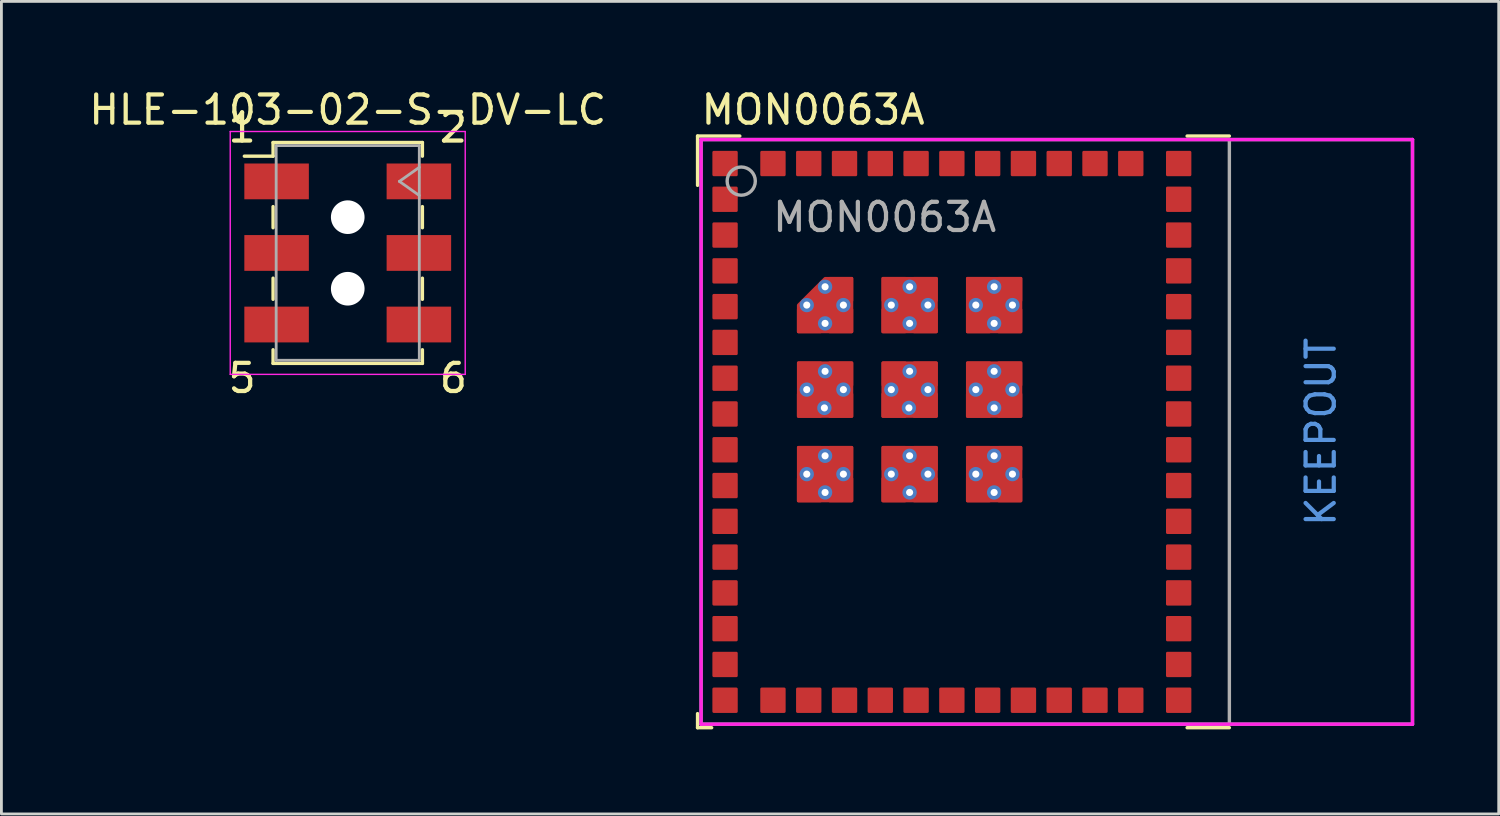
<source format=kicad_pcb>
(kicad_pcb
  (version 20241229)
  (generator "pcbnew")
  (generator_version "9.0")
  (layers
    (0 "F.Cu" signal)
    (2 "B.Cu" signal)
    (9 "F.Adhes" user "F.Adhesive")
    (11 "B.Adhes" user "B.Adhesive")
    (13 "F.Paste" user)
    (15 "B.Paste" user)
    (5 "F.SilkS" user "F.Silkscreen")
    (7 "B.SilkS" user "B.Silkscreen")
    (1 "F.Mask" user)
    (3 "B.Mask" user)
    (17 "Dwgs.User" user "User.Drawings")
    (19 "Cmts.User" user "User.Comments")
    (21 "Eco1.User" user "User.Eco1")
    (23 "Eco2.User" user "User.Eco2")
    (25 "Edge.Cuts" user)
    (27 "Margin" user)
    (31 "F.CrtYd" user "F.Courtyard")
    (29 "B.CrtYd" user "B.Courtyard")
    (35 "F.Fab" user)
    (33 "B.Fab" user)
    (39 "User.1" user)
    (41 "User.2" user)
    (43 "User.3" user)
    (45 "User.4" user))
  (footprint "MON0063A"
    (layer "F.Cu")
    (at 21.833 1.903)
    (property "Reference" "MON0063A" (at -0.075 -1.055 0) (layer "F.SilkS") (effects (font (size 1 1) (thickness 0.15)) (justify left)))
    (attr smd)
    (fp_line (start -0.125 -0.125) (end 1.375 -0.125) (stroke (width 0.12) (type solid)) (layer "F.SilkS"))
    (fp_line (start -0.125 1.625) (end -0.125 -0.125) (stroke (width 0.12) (type solid)) (layer "F.SilkS"))
    (fp_line (start -0.125 20.875) (end -0.125 20.375) (stroke (width 0.12) (type solid)) (layer "F.SilkS"))
    (fp_line (start -0.125 20.875) (end 0.375 20.875) (stroke (width 0.12) (type solid)) (layer "F.SilkS"))
    (fp_line (start 18.75 -0.125) (end 17.25 -0.125) (stroke (width 0.12) (type solid)) (layer "F.SilkS"))
    (fp_line (start 18.75 20.875) (end 17.25 20.875) (stroke (width 0.12) (type solid)) (layer "F.SilkS"))
    (fp_line (start 0 0) (end 25.25 0) (stroke (width 0.12) (type solid)) (layer "F.CrtYd"))
    (fp_line (start 0 20.75) (end 0 0) (stroke (width 0.12) (type solid)) (layer "F.CrtYd"))
    (fp_line (start 0 20.75) (end 25.25 20.75) (stroke (width 0.12) (type solid)) (layer "F.CrtYd"))
    (fp_line (start 25.25 20.75) (end 25.25 0) (stroke (width 0.12) (type solid)) (layer "F.CrtYd"))
    (fp_line (start 0 0) (end 25.25 0) (stroke (width 0.12) (type solid)) (layer "F.Fab"))
    (fp_line (start 0 20.75) (end 0 0) (stroke (width 0.12) (type solid)) (layer "F.Fab"))
    (fp_line (start 0 20.75) (end 25.25 20.75) (stroke (width 0.12) (type solid)) (layer "F.Fab"))
    (fp_line (start 18.75 20.75) (end 18.75 0) (stroke (width 0.12) (type solid)) (layer "F.Fab"))
    (fp_line (start 25.25 20.75) (end 25.25 0) (stroke (width 0.12) (type solid)) (layer "F.Fab"))
    (fp_circle (center 1.425 1.475) (end 1.925 1.475) (stroke (width 0.12) (type solid)) (fill no) (layer "F.Fab"))
    (fp_text user "KEEPOUT" (at 22 10.375 270) (layer "Cmts.User") (effects (font (size 1 1) (thickness 0.15))))
    (fp_text user "${REFERENCE}" (at 2.465 2.755 0) (layer "F.Fab") (effects (font (size 1 1) (thickness 0.15)) (justify left)))
    (pad "1" smd roundrect (at 0.851 0.851) (size 0.9 0.9) (layers "F.Cu" "F.Mask" "F.Paste") (roundrect_rratio 0.056))
    (pad "2" smd roundrect (at 0.851 2.12) (size 0.9 0.9) (layers "F.Cu" "F.Mask" "F.Paste") (roundrect_rratio 0.056))
    (pad "3" smd roundrect (at 0.851 3.39) (size 0.9 0.9) (layers "F.Cu" "F.Mask" "F.Paste") (roundrect_rratio 0.056))
    (pad "4" smd roundrect (at 0.851 4.66) (size 0.9 0.9) (layers "F.Cu" "F.Mask" "F.Paste") (roundrect_rratio 0.056))
    (pad "5" smd roundrect (at 0.851 5.93) (size 0.9 0.9) (layers "F.Cu" "F.Mask" "F.Paste") (roundrect_rratio 0.056))
    (pad "6" smd roundrect (at 0.851 7.2) (size 0.9 0.9) (layers "F.Cu" "F.Mask" "F.Paste") (roundrect_rratio 0.056))
    (pad "7" smd roundrect (at 0.851 8.47) (size 0.9 0.9) (layers "F.Cu" "F.Mask" "F.Paste") (roundrect_rratio 0.056))
    (pad "8" smd roundrect (at 0.851 9.74) (size 0.9 0.9) (layers "F.Cu" "F.Mask" "F.Paste") (roundrect_rratio 0.056))
    (pad "9" smd roundrect (at 0.851 11.01) (size 0.9 0.9) (layers "F.Cu" "F.Mask" "F.Paste") (roundrect_rratio 0.056))
    (pad "10" smd roundrect (at 0.851 12.28) (size 0.9 0.9) (layers "F.Cu" "F.Mask" "F.Paste") (roundrect_rratio 0.056))
    (pad "11" smd roundrect (at 0.851 13.55) (size 0.9 0.9) (layers "F.Cu" "F.Mask" "F.Paste") (roundrect_rratio 0.056))
    (pad "12" smd roundrect (at 0.851 14.82) (size 0.9 0.9) (layers "F.Cu" "F.Mask" "F.Paste") (roundrect_rratio 0.056))
    (pad "13" smd roundrect (at 0.851 16.09) (size 0.9 0.9) (layers "F.Cu" "F.Mask" "F.Paste") (roundrect_rratio 0.056))
    (pad "14" smd roundrect (at 0.851 17.36) (size 0.9 0.9) (layers "F.Cu" "F.Mask" "F.Paste") (roundrect_rratio 0.056))
    (pad "15" smd roundrect (at 0.851 18.63) (size 0.9 0.9) (layers "F.Cu" "F.Mask" "F.Paste") (roundrect_rratio 0.056))
    (pad "16" smd roundrect (at 0.851 19.9) (size 0.9 0.9) (layers "F.Cu" "F.Mask" "F.Paste") (roundrect_rratio 0.056))
    (pad "17" smd roundrect (at 2.551 19.9 90) (size 0.9 0.9) (layers "F.Cu" "F.Mask" "F.Paste") (roundrect_rratio 0.056))
    (pad "18" smd roundrect (at 3.821 19.9 90) (size 0.9 0.9) (layers "F.Cu" "F.Mask" "F.Paste") (roundrect_rratio 0.056))
    (pad "19" smd roundrect (at 5.091 19.9 90) (size 0.9 0.9) (layers "F.Cu" "F.Mask" "F.Paste") (roundrect_rratio 0.056))
    (pad "20" smd roundrect (at 6.361 19.9 90) (size 0.9 0.9) (layers "F.Cu" "F.Mask" "F.Paste") (roundrect_rratio 0.056))
    (pad "21" smd roundrect (at 7.631 19.9 90) (size 0.9 0.9) (layers "F.Cu" "F.Mask" "F.Paste") (roundrect_rratio 0.056))
    (pad "22" smd roundrect (at 8.901 19.9 90) (size 0.9 0.9) (layers "F.Cu" "F.Mask" "F.Paste") (roundrect_rratio 0.056))
    (pad "23" smd roundrect (at 10.171 19.9 90) (size 0.9 0.9) (layers "F.Cu" "F.Mask" "F.Paste") (roundrect_rratio 0.056))
    (pad "24" smd roundrect (at 11.441 19.9 90) (size 0.9 0.9) (layers "F.Cu" "F.Mask" "F.Paste") (roundrect_rratio 0.056))
    (pad "25" smd roundrect (at 12.711 19.9 90) (size 0.9 0.9) (layers "F.Cu" "F.Mask" "F.Paste") (roundrect_rratio 0.056))
    (pad "26" smd roundrect (at 13.981 19.9 90) (size 0.9 0.9) (layers "F.Cu" "F.Mask" "F.Paste") (roundrect_rratio 0.056))
    (pad "27" smd roundrect (at 15.251 19.9 90) (size 0.9 0.9) (layers "F.Cu" "F.Mask" "F.Paste") (roundrect_rratio 0.056))
    (pad "28" smd roundrect (at 16.951 19.9) (size 0.9 0.9) (layers "F.Cu" "F.Mask" "F.Paste") (roundrect_rratio 0.056))
    (pad "29" smd roundrect (at 16.951 18.63) (size 0.9 0.9) (layers "F.Cu" "F.Mask" "F.Paste") (roundrect_rratio 0.056))
    (pad "30" smd roundrect (at 16.951 17.36) (size 0.9 0.9) (layers "F.Cu" "F.Mask" "F.Paste") (roundrect_rratio 0.056))
    (pad "31" smd roundrect (at 16.951 16.09) (size 0.9 0.9) (layers "F.Cu" "F.Mask" "F.Paste") (roundrect_rratio 0.056))
    (pad "32" smd roundrect (at 16.951 14.82) (size 0.9 0.9) (layers "F.Cu" "F.Mask" "F.Paste") (roundrect_rratio 0.056))
    (pad "33" smd roundrect (at 16.951 13.55) (size 0.9 0.9) (layers "F.Cu" "F.Mask" "F.Paste") (roundrect_rratio 0.056))
    (pad "34" smd roundrect (at 16.951 12.28) (size 0.9 0.9) (layers "F.Cu" "F.Mask" "F.Paste") (roundrect_rratio 0.056))
    (pad "35" smd roundrect (at 16.951 11.01) (size 0.9 0.9) (layers "F.Cu" "F.Mask" "F.Paste") (roundrect_rratio 0.056))
    (pad "36" smd roundrect (at 16.951 9.74) (size 0.9 0.9) (layers "F.Cu" "F.Mask" "F.Paste") (roundrect_rratio 0.056))
    (pad "37" smd roundrect (at 16.951 8.47) (size 0.9 0.9) (layers "F.Cu" "F.Mask" "F.Paste") (roundrect_rratio 0.056))
    (pad "38" smd roundrect (at 16.951 7.2) (size 0.9 0.9) (layers "F.Cu" "F.Mask" "F.Paste") (roundrect_rratio 0.056))
    (pad "39" smd roundrect (at 16.951 5.93) (size 0.9 0.9) (layers "F.Cu" "F.Mask" "F.Paste") (roundrect_rratio 0.056))
    (pad "40" smd roundrect (at 16.951 4.66) (size 0.9 0.9) (layers "F.Cu" "F.Mask" "F.Paste") (roundrect_rratio 0.056))
    (pad "41" smd roundrect (at 16.951 3.39) (size 0.9 0.9) (layers "F.Cu" "F.Mask" "F.Paste") (roundrect_rratio 0.056))
    (pad "42" smd roundrect (at 16.951 2.12) (size 0.9 0.9) (layers "F.Cu" "F.Mask" "F.Paste") (roundrect_rratio 0.056))
    (pad "43" smd roundrect (at 16.951 0.851) (size 0.9 0.9) (layers "F.Cu" "F.Mask" "F.Paste") (roundrect_rratio 0.056))
    (pad "44" smd roundrect (at 15.251 0.851 90) (size 0.9 0.9) (layers "F.Cu" "F.Mask" "F.Paste") (roundrect_rratio 0.056))
    (pad "45" smd roundrect (at 13.981 0.851 90) (size 0.9 0.9) (layers "F.Cu" "F.Mask" "F.Paste") (roundrect_rratio 0.056))
    (pad "46" smd roundrect (at 12.711 0.851 90) (size 0.9 0.9) (layers "F.Cu" "F.Mask" "F.Paste") (roundrect_rratio 0.056))
    (pad "47" smd roundrect (at 11.441 0.851 90) (size 0.9 0.9) (layers "F.Cu" "F.Mask" "F.Paste") (roundrect_rratio 0.056))
    (pad "48" smd roundrect (at 10.171 0.851 90) (size 0.9 0.9) (layers "F.Cu" "F.Mask" "F.Paste") (roundrect_rratio 0.056))
    (pad "49" smd roundrect (at 8.901 0.851 90) (size 0.9 0.9) (layers "F.Cu" "F.Mask" "F.Paste") (roundrect_rratio 0.056))
    (pad "50" smd roundrect (at 7.631 0.851 90) (size 0.9 0.9) (layers "F.Cu" "F.Mask" "F.Paste") (roundrect_rratio 0.056))
    (pad "51" smd roundrect (at 6.361 0.851 90) (size 0.9 0.9) (layers "F.Cu" "F.Mask" "F.Paste") (roundrect_rratio 0.056))
    (pad "52" smd roundrect (at 5.091 0.851 90) (size 0.9 0.9) (layers "F.Cu" "F.Mask" "F.Paste") (roundrect_rratio 0.056))
    (pad "53" smd roundrect (at 3.821 0.851 90) (size 0.9 0.9) (layers "F.Cu" "F.Mask" "F.Paste") (roundrect_rratio 0.056))
    (pad "54" smd roundrect (at 2.551 0.851 90) (size 0.9 0.9) (layers "F.Cu" "F.Mask" "F.Paste") (roundrect_rratio 0.056))
    (pad "55" thru_hole circle (at 3.751 5.875) (size 0.508 0.508) (drill 0.254) (layers "*.Cu"))
    (pad "55" smd roundrect (at 3.846 6.43) (size 0.89 0.89) (layers "F.Cu" "F.Paste") (roundrect_rratio 0.056))
    (pad "55" smd roundrect (at 4.291 5.54) (size 0.64 0.45) (layers "F.Cu" "F.Paste") (roundrect_rratio 0.111))
    (pad "55" thru_hole circle (at 4.401 5.225) (size 0.508 0.508) (drill 0.254) (layers "*.Cu"))
    (pad "55" smd custom (at 4.401 5.875) (size 1 1) (layers "F.Cu" "F.Mask") (options (anchor rect)) (primitives (gr_poly (pts (xy 0.95 0.95) (xy 0.95 -0.95) (xy 0 -0.95) (xy -0.95 0) (xy -0.95 0.95)) (width 0.1) (fill yes))))
    (pad "55" thru_hole circle (at 4.401 6.525) (size 0.508 0.508) (drill 0.254) (layers "*.Cu"))
    (pad "55" smd roundrect (at 4.956 5.32) (size 0.89 0.89) (layers "F.Cu" "F.Paste") (roundrect_rratio 0.056))
    (pad "55" smd roundrect (at 4.956 6.43) (size 0.89 0.89) (layers "F.Cu" "F.Paste") (roundrect_rratio 0.056))
    (pad "55" thru_hole circle (at 5.051 5.875) (size 0.508 0.508) (drill 0.254) (layers "*.Cu"))
    (pad "56" thru_hole circle (at 3.751 8.875) (size 0.508 0.508) (drill 0.254) (layers "*.Cu"))
    (pad "56" smd roundrect (at 3.846 9.43) (size 0.89 0.89) (layers "F.Cu" "F.Paste") (roundrect_rratio 0.056))
    (pad "56" smd roundrect (at 3.85 8.32) (size 0.89 0.89) (layers "F.Cu" "F.Paste") (roundrect_rratio 0.056))
    (pad "56" thru_hole circle (at 4.376 9.525) (size 0.508 0.508) (drill 0.254) (layers "*.Cu"))
    (pad "56" thru_hole circle (at 4.401 8.225) (size 0.508 0.508) (drill 0.254) (layers "*.Cu"))
    (pad "56" smd roundrect (at 4.401 8.875) (size 2 2) (layers "F.Cu" "F.Mask") (roundrect_rratio 0.025))
    (pad "56" smd roundrect (at 4.956 8.32) (size 0.89 0.89) (layers "F.Cu" "F.Paste") (roundrect_rratio 0.056))
    (pad "56" smd roundrect (at 4.956 9.43) (size 0.89 0.89) (layers "F.Cu" "F.Paste") (roundrect_rratio 0.056))
    (pad "56" thru_hole circle (at 5.051 8.875) (size 0.508 0.508) (drill 0.254) (layers "*.Cu"))
    (pad "57" thru_hole circle (at 3.751 11.875) (size 0.508 0.508) (drill 0.254) (layers "*.Cu"))
    (pad "57" smd roundrect (at 3.846 12.43) (size 0.89 0.89) (layers "F.Cu" "F.Paste") (roundrect_rratio 0.056))
    (pad "57" smd roundrect (at 3.85 11.32) (size 0.89 0.89) (layers "F.Cu" "F.Paste") (roundrect_rratio 0.056))
    (pad "57" thru_hole circle (at 4.401 11.225) (size 0.508 0.508) (drill 0.254) (layers "*.Cu"))
    (pad "57" smd roundrect (at 4.401 11.875) (size 2 2) (layers "F.Cu" "F.Mask") (roundrect_rratio 0.025))
    (pad "57" thru_hole circle (at 4.401 12.525) (size 0.508 0.508) (drill 0.254) (layers "*.Cu"))
    (pad "57" smd roundrect (at 4.956 11.32) (size 0.89 0.89) (layers "F.Cu" "F.Paste") (roundrect_rratio 0.056))
    (pad "57" smd roundrect (at 4.956 12.43) (size 0.89 0.89) (layers "F.Cu" "F.Paste") (roundrect_rratio 0.056))
    (pad "57" thru_hole circle (at 5.051 11.875) (size 0.508 0.508) (drill 0.254) (layers "*.Cu"))
    (pad "58" thru_hole circle (at 6.751 5.875) (size 0.508 0.508) (drill 0.254) (layers "*.Cu"))
    (pad "58" smd roundrect (at 6.846 6.43) (size 0.89 0.89) (layers "F.Cu" "F.Paste") (roundrect_rratio 0.056))
    (pad "58" smd roundrect (at 6.85 5.32) (size 0.89 0.89) (layers "F.Cu" "F.Paste") (roundrect_rratio 0.056))
    (pad "58" thru_hole circle (at 7.401 5.225) (size 0.508 0.508) (drill 0.254) (layers "*.Cu"))
    (pad "58" smd roundrect (at 7.401 5.875) (size 2 2) (layers "F.Cu" "F.Mask") (roundrect_rratio 0.025))
    (pad "58" thru_hole circle (at 7.401 6.525) (size 0.508 0.508) (drill 0.254) (layers "*.Cu"))
    (pad "58" smd roundrect (at 7.956 5.32) (size 0.89 0.89) (layers "F.Cu" "F.Paste") (roundrect_rratio 0.056))
    (pad "58" smd roundrect (at 7.956 6.43) (size 0.89 0.89) (layers "F.Cu" "F.Paste") (roundrect_rratio 0.056))
    (pad "58" thru_hole circle (at 8.051 5.875) (size 0.508 0.508) (drill 0.254) (layers "*.Cu"))
    (pad "59" thru_hole circle (at 6.751 8.875) (size 0.508 0.508) (drill 0.254) (layers "*.Cu"))
    (pad "59" smd roundrect (at 6.846 9.43) (size 0.89 0.89) (layers "F.Cu" "F.Paste") (roundrect_rratio 0.056))
    (pad "59" smd roundrect (at 6.85 8.32) (size 0.89 0.89) (layers "F.Cu" "F.Paste") (roundrect_rratio 0.056))
    (pad "59" thru_hole circle (at 7.376 9.525) (size 0.508 0.508) (drill 0.254) (layers "*.Cu"))
    (pad "59" thru_hole circle (at 7.401 8.225) (size 0.508 0.508) (drill 0.254) (layers "*.Cu"))
    (pad "59" smd roundrect (at 7.401 8.875) (size 2 2) (layers "F.Cu" "F.Mask") (roundrect_rratio 0.025))
    (pad "59" smd roundrect (at 7.956 8.32) (size 0.89 0.89) (layers "F.Cu" "F.Paste") (roundrect_rratio 0.056))
    (pad "59" smd roundrect (at 7.956 9.43) (size 0.89 0.89) (layers "F.Cu" "F.Paste") (roundrect_rratio 0.056))
    (pad "59" thru_hole circle (at 8.051 8.875) (size 0.508 0.508) (drill 0.254) (layers "*.Cu"))
    (pad "60" thru_hole circle (at 6.751 11.875) (size 0.508 0.508) (drill 0.254) (layers "*.Cu"))
    (pad "60" smd roundrect (at 6.846 12.43) (size 0.89 0.89) (layers "F.Cu" "F.Paste") (roundrect_rratio 0.056))
    (pad "60" smd roundrect (at 6.85 11.32) (size 0.89 0.89) (layers "F.Cu" "F.Paste") (roundrect_rratio 0.056))
    (pad "60" thru_hole circle (at 7.401 11.225) (size 0.508 0.508) (drill 0.254) (layers "*.Cu"))
    (pad "60" smd roundrect (at 7.401 11.875) (size 2 2) (layers "F.Cu" "F.Mask") (roundrect_rratio 0.025))
    (pad "60" thru_hole circle (at 7.401 12.525) (size 0.508 0.508) (drill 0.254) (layers "*.Cu"))
    (pad "60" smd roundrect (at 7.956 11.32) (size 0.89 0.89) (layers "F.Cu" "F.Paste") (roundrect_rratio 0.056))
    (pad "60" smd roundrect (at 7.956 12.43) (size 0.89 0.89) (layers "F.Cu" "F.Paste") (roundrect_rratio 0.056))
    (pad "60" thru_hole circle (at 8.051 11.875) (size 0.508 0.508) (drill 0.254) (layers "*.Cu"))
    (pad "61" thru_hole circle (at 9.751 5.875) (size 0.508 0.508) (drill 0.254) (layers "*.Cu"))
    (pad "61" smd roundrect (at 9.846 6.43) (size 0.89 0.89) (layers "F.Cu" "F.Paste") (roundrect_rratio 0.056))
    (pad "61" smd roundrect (at 9.85 5.32) (size 0.89 0.89) (layers "F.Cu" "F.Paste") (roundrect_rratio 0.056))
    (pad "61" thru_hole circle (at 10.401 5.225) (size 0.508 0.508) (drill 0.254) (layers "*.Cu"))
    (pad "61" smd roundrect (at 10.401 5.875) (size 2 2) (layers "F.Cu" "F.Mask") (roundrect_rratio 0.025))
    (pad "61" thru_hole circle (at 10.401 6.525) (size 0.508 0.508) (drill 0.254) (layers "*.Cu"))
    (pad "61" smd roundrect (at 10.956 5.32) (size 0.89 0.89) (layers "F.Cu" "F.Paste") (roundrect_rratio 0.056))
    (pad "61" smd roundrect (at 10.956 6.43) (size 0.89 0.89) (layers "F.Cu" "F.Paste") (roundrect_rratio 0.056))
    (pad "61" thru_hole circle (at 11.051 5.875) (size 0.508 0.508) (drill 0.254) (layers "*.Cu"))
    (pad "62" thru_hole circle (at 9.751 8.875) (size 0.508 0.508) (drill 0.254) (layers "*.Cu"))
    (pad "62" smd roundrect (at 9.846 9.43) (size 0.89 0.89) (layers "F.Cu" "F.Paste") (roundrect_rratio 0.056))
    (pad "62" smd roundrect (at 9.85 8.32) (size 0.89 0.89) (layers "F.Cu" "F.Paste") (roundrect_rratio 0.056))
    (pad "62" thru_hole circle (at 10.401 8.225) (size 0.508 0.508) (drill 0.254) (layers "*.Cu"))
    (pad "62" smd roundrect (at 10.401 8.875) (size 2 2) (layers "F.Cu" "F.Mask") (roundrect_rratio 0.025))
    (pad "62" thru_hole circle (at 10.401 9.525) (size 0.508 0.508) (drill 0.254) (layers "*.Cu"))
    (pad "62" smd roundrect (at 10.956 8.32) (size 0.89 0.89) (layers "F.Cu" "F.Paste") (roundrect_rratio 0.056))
    (pad "62" smd roundrect (at 10.956 9.43) (size 0.89 0.89) (layers "F.Cu" "F.Paste") (roundrect_rratio 0.056))
    (pad "62" thru_hole circle (at 11.051 8.875) (size 0.508 0.508) (drill 0.254) (layers "*.Cu"))
    (pad "63" thru_hole circle (at 9.751 11.875) (size 0.508 0.508) (drill 0.254) (layers "*.Cu"))
    (pad "63" smd roundrect (at 9.846 12.43) (size 0.89 0.89) (layers "F.Cu" "F.Paste") (roundrect_rratio 0.056))
    (pad "63" smd roundrect (at 9.85 11.32) (size 0.89 0.89) (layers "F.Cu" "F.Paste") (roundrect_rratio 0.056))
    (pad "63" thru_hole circle (at 10.401 11.225) (size 0.508 0.508) (drill 0.254) (layers "*.Cu"))
    (pad "63" smd roundrect (at 10.401 11.875) (size 2 2) (layers "F.Cu" "F.Mask") (roundrect_rratio 0.025))
    (pad "63" thru_hole circle (at 10.401 12.525) (size 0.508 0.508) (drill 0.254) (layers "*.Cu"))
    (pad "63" smd roundrect (at 10.956 11.32) (size 0.89 0.89) (layers "F.Cu" "F.Paste") (roundrect_rratio 0.056))
    (pad "63" smd roundrect (at 10.956 12.43) (size 0.89 0.89) (layers "F.Cu" "F.Paste") (roundrect_rratio 0.056))
    (pad "63" thru_hole circle (at 11.051 11.875) (size 0.508 0.508) (drill 0.254) (layers "*.Cu")))
  (footprint "HLE-103-02-S-DV-LC"
    (layer "F.Cu")
    (at 9.292 5.928)
    (property "Reference" "HLE-103-02-S-DV-LC" (at 0 -5.08 0) (layer "F.SilkS") (effects (font (size 1 1) (thickness 0.15))))
    (attr smd)
    (fp_line (start -2.65 -3.92) (end -2.65 -3.435) (stroke (width 0.12) (type solid)) (layer "F.SilkS"))
    (fp_line (start -2.65 -3.435) (end -3.67 -3.435) (stroke (width 0.12) (type solid)) (layer "F.SilkS"))
    (fp_line (start -2.65 -1.645) (end -2.65 -0.895) (stroke (width 0.12) (type solid)) (layer "F.SilkS"))
    (fp_line (start -2.65 0.895) (end -2.65 1.645) (stroke (width 0.12) (type solid)) (layer "F.SilkS"))
    (fp_line (start -2.65 3.92) (end -2.65 3.435) (stroke (width 0.12) (type solid)) (layer "F.SilkS"))
    (fp_line (start 2.65 -3.92) (end -2.65 -3.92) (stroke (width 0.12) (type solid)) (layer "F.SilkS"))
    (fp_line (start 2.65 -3.435) (end 2.65 -3.92) (stroke (width 0.12) (type solid)) (layer "F.SilkS"))
    (fp_line (start 2.65 -1.645) (end 2.65 -0.895) (stroke (width 0.12) (type solid)) (layer "F.SilkS"))
    (fp_line (start 2.65 0.895) (end 2.65 1.645) (stroke (width 0.12) (type solid)) (layer "F.SilkS"))
    (fp_line (start 2.65 3.435) (end 2.65 3.92) (stroke (width 0.12) (type solid)) (layer "F.SilkS"))
    (fp_line (start 2.65 3.92) (end -2.65 3.92) (stroke (width 0.12) (type solid)) (layer "F.SilkS"))
    (fp_line (start -4.17 -4.31) (end 4.17 -4.31) (stroke (width 0.05) (type solid)) (layer "F.CrtYd"))
    (fp_line (start -4.17 4.31) (end -4.17 -4.31) (stroke (width 0.05) (type solid)) (layer "F.CrtYd"))
    (fp_line (start 4.17 -4.31) (end 4.17 4.31) (stroke (width 0.05) (type solid)) (layer "F.CrtYd"))
    (fp_line (start 4.17 4.31) (end -4.17 4.31) (stroke (width 0.05) (type solid)) (layer "F.CrtYd"))
    (fp_line (start -2.54 -3.81) (end 2.54 -3.81) (stroke (width 0.1) (type solid)) (layer "F.Fab"))
    (fp_line (start -2.54 3.81) (end -2.54 -3.81) (stroke (width 0.1) (type solid)) (layer "F.Fab"))
    (fp_line (start 1.833 -2.54) (end 2.54 -2.04) (stroke (width 0.1) (type solid)) (layer "F.Fab"))
    (fp_line (start 2.54 -3.81) (end 2.54 3.81) (stroke (width 0.1) (type solid)) (layer "F.Fab"))
    (fp_line (start 2.54 -3.04) (end 1.833 -2.54) (stroke (width 0.1) (type solid)) (layer "F.Fab"))
    (fp_line (start 2.54 3.81) (end -2.54 3.81) (stroke (width 0.1) (type solid)) (layer "F.Fab"))
    (fp_text user "6" (at 3.175 4.445 0) (layer "F.SilkS") (effects (font (size 1 1) (thickness 0.15)) (justify left)))
    (fp_text user "1" (at -3.175 -4.445 0) (layer "F.SilkS") (effects (font (size 1 1) (thickness 0.15)) (justify right)))
    (fp_text user "2" (at 3.175 -4.445 0) (layer "F.SilkS") (effects (font (size 1 1) (thickness 0.15)) (justify left)))
    (fp_text user "5" (at -3.175 4.445 0) (layer "F.SilkS") (effects (font (size 1 1) (thickness 0.15)) (justify right)))
    (pad "" np_thru_hole circle (at 0 -1.27) (size 1.194 1.194) (drill 1.194) (layers "*.Cu" "*.Mask"))
    (pad "" np_thru_hole circle (at 0 1.27) (size 1.194 1.194) (drill 1.194) (layers "*.Cu" "*.Mask"))
    (pad "1" smd rect (at -2.525 -2.54 270) (size 1.27 2.29) (layers "F.Cu" "F.Mask" "F.Paste"))
    (pad "2" smd rect (at 2.525 -2.54 270) (size 1.27 2.29) (layers "F.Cu" "F.Mask" "F.Paste"))
    (pad "3" smd rect (at -2.525 0 270) (size 1.27 2.29) (layers "F.Cu" "F.Mask" "F.Paste"))
    (pad "4" smd rect (at 2.525 0 270) (size 1.27 2.29) (layers "F.Cu" "F.Mask" "F.Paste"))
    (pad "5" smd rect (at -2.525 2.54 270) (size 1.27 2.29) (layers "F.Cu" "F.Mask" "F.Paste"))
    (pad "6" smd rect (at 2.525 2.54 270) (size 1.27 2.29) (layers "F.Cu" "F.Mask" "F.Paste")))
  (gr_rect
    (start -3 -3)
    (end 50.143 25.838)
    (stroke (width 0.1) (type default))
    (fill no)
    (layer "Edge.Cuts")))
</source>
